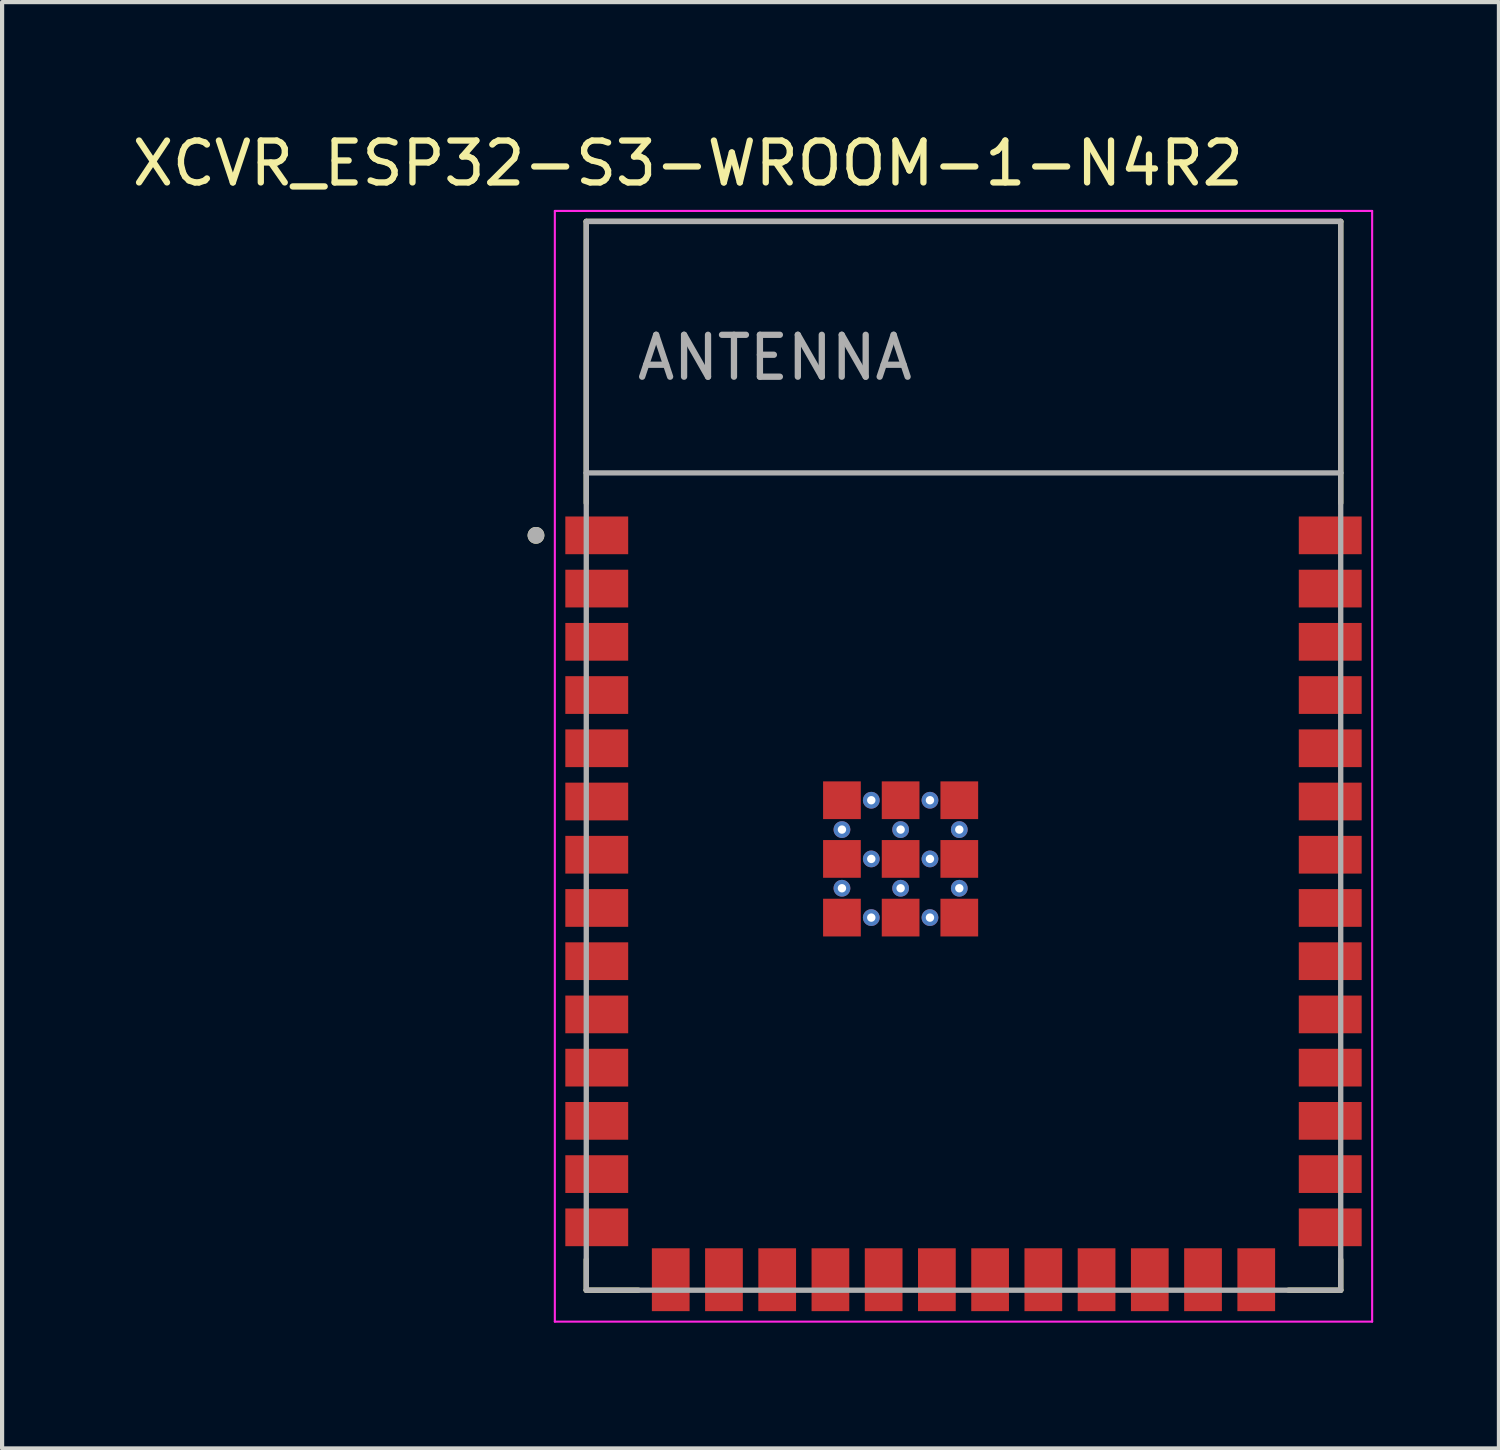
<source format=kicad_pcb>
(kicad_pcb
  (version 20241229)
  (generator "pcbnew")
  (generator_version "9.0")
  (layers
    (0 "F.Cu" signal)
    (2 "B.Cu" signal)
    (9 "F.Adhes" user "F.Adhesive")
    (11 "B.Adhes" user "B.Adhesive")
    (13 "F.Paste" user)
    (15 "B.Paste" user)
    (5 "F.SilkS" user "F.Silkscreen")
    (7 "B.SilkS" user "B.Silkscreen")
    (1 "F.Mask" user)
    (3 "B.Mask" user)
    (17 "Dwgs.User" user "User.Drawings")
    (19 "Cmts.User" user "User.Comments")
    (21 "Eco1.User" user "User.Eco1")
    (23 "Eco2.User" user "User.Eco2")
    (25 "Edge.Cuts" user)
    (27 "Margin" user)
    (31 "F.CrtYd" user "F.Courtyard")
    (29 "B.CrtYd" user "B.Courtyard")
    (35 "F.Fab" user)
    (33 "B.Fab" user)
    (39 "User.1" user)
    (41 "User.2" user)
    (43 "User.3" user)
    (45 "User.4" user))
  (footprint "XCVR_ESP32-S3-WROOM-1-N4R2"
    (layer "F.Cu")
    (at 19.938 14.983)
    (property "Reference" "XCVR_ESP32-S3-WROOM-1-N4R2" (at -6.575 -14.135 0) (layer "F.SilkS") (effects (font (size 1 1) (thickness 0.15))))
    (attr smd)
    (fp_line (start -9 -12.75) (end 9 -12.75) (stroke (width 0.127) (type solid)) (layer "F.SilkS"))
    (fp_line (start -9 -6.03) (end -9 -12.75) (stroke (width 0.127) (type solid)) (layer "F.SilkS"))
    (fp_line (start -9 12.02) (end -9 12.75) (stroke (width 0.127) (type solid)) (layer "F.SilkS"))
    (fp_line (start -9 12.75) (end -7.755 12.75) (stroke (width 0.127) (type solid)) (layer "F.SilkS"))
    (fp_line (start 9 -12.75) (end 9 -6.03) (stroke (width 0.127) (type solid)) (layer "F.SilkS"))
    (fp_line (start 9 12.02) (end 9 12.75) (stroke (width 0.127) (type solid)) (layer "F.SilkS"))
    (fp_line (start 9 12.75) (end 7.755 12.75) (stroke (width 0.127) (type solid)) (layer "F.SilkS"))
    (fp_circle (center -10.2 -5.26) (end -10.1 -5.26) (stroke (width 0.2) (type solid)) (fill no) (layer "F.SilkS"))
    (fp_line (start -9.75 -13) (end 9.75 -13) (stroke (width 0.05) (type solid)) (layer "F.CrtYd"))
    (fp_line (start -9.75 13.5) (end -9.75 -13) (stroke (width 0.05) (type solid)) (layer "F.CrtYd"))
    (fp_line (start -9.75 13.5) (end 9.75 13.5) (stroke (width 0.05) (type solid)) (layer "F.CrtYd"))
    (fp_line (start 9.75 -13) (end 9.75 13.5) (stroke (width 0.05) (type solid)) (layer "F.CrtYd"))
    (fp_line (start -9 -12.75) (end 9 -12.75) (stroke (width 0.127) (type solid)) (layer "F.Fab"))
    (fp_line (start -9 -6.75) (end -9 -12.75) (stroke (width 0.127) (type solid)) (layer "F.Fab"))
    (fp_line (start -9 -6.75) (end 9 -6.75) (stroke (width 0.127) (type solid)) (layer "F.Fab"))
    (fp_line (start -9 12.75) (end -9 -6.75) (stroke (width 0.127) (type solid)) (layer "F.Fab"))
    (fp_line (start 9 -12.75) (end 9 -6.75) (stroke (width 0.127) (type solid)) (layer "F.Fab"))
    (fp_line (start 9 -6.75) (end 9 12.75) (stroke (width 0.127) (type solid)) (layer "F.Fab"))
    (fp_line (start 9 12.75) (end -9 12.75) (stroke (width 0.127) (type solid)) (layer "F.Fab"))
    (fp_circle (center -10.2 -5.26) (end -10.1 -5.26) (stroke (width 0.2) (type solid)) (fill no) (layer "F.Fab"))
    (fp_text user "ANTENNA" (at -4.5 -9.5 0) (layer "F.Fab") (effects (font (size 1 1) (thickness 0.15))))
    (pad "1" smd rect (at -8.75 -5.26) (size 1.5 0.9) (layers "F.Cu" "F.Mask" "F.Paste"))
    (pad "2" smd rect (at -8.75 -3.99) (size 1.5 0.9) (layers "F.Cu" "F.Mask" "F.Paste"))
    (pad "3" smd rect (at -8.75 -2.72) (size 1.5 0.9) (layers "F.Cu" "F.Mask" "F.Paste"))
    (pad "4" smd rect (at -8.75 -1.45) (size 1.5 0.9) (layers "F.Cu" "F.Mask" "F.Paste"))
    (pad "5" smd rect (at -8.75 -0.18) (size 1.5 0.9) (layers "F.Cu" "F.Mask" "F.Paste"))
    (pad "6" smd rect (at -8.75 1.09) (size 1.5 0.9) (layers "F.Cu" "F.Mask" "F.Paste"))
    (pad "7" smd rect (at -8.75 2.36) (size 1.5 0.9) (layers "F.Cu" "F.Mask" "F.Paste"))
    (pad "8" smd rect (at -8.75 3.63) (size 1.5 0.9) (layers "F.Cu" "F.Mask" "F.Paste"))
    (pad "9" smd rect (at -8.75 4.9) (size 1.5 0.9) (layers "F.Cu" "F.Mask" "F.Paste"))
    (pad "10" smd rect (at -8.75 6.17) (size 1.5 0.9) (layers "F.Cu" "F.Mask" "F.Paste"))
    (pad "11" smd rect (at -8.75 7.44) (size 1.5 0.9) (layers "F.Cu" "F.Mask" "F.Paste"))
    (pad "12" smd rect (at -8.75 8.71) (size 1.5 0.9) (layers "F.Cu" "F.Mask" "F.Paste"))
    (pad "13" smd rect (at -8.75 9.98) (size 1.5 0.9) (layers "F.Cu" "F.Mask" "F.Paste"))
    (pad "14" smd rect (at -8.75 11.25) (size 1.5 0.9) (layers "F.Cu" "F.Mask" "F.Paste"))
    (pad "15" smd rect (at -6.985 12.5) (size 0.9 1.5) (layers "F.Cu" "F.Mask" "F.Paste"))
    (pad "16" smd rect (at -5.715 12.5) (size 0.9 1.5) (layers "F.Cu" "F.Mask" "F.Paste"))
    (pad "17" smd rect (at -4.445 12.5) (size 0.9 1.5) (layers "F.Cu" "F.Mask" "F.Paste"))
    (pad "18" smd rect (at -3.175 12.5) (size 0.9 1.5) (layers "F.Cu" "F.Mask" "F.Paste"))
    (pad "19" smd rect (at -1.905 12.5) (size 0.9 1.5) (layers "F.Cu" "F.Mask" "F.Paste"))
    (pad "20" smd rect (at -0.635 12.5) (size 0.9 1.5) (layers "F.Cu" "F.Mask" "F.Paste"))
    (pad "21" smd rect (at 0.635 12.5) (size 0.9 1.5) (layers "F.Cu" "F.Mask" "F.Paste"))
    (pad "22" smd rect (at 1.905 12.5) (size 0.9 1.5) (layers "F.Cu" "F.Mask" "F.Paste"))
    (pad "23" smd rect (at 3.175 12.5) (size 0.9 1.5) (layers "F.Cu" "F.Mask" "F.Paste"))
    (pad "24" smd rect (at 4.445 12.5) (size 0.9 1.5) (layers "F.Cu" "F.Mask" "F.Paste"))
    (pad "25" smd rect (at 5.715 12.5) (size 0.9 1.5) (layers "F.Cu" "F.Mask" "F.Paste"))
    (pad "26" smd rect (at 6.985 12.5) (size 0.9 1.5) (layers "F.Cu" "F.Mask" "F.Paste"))
    (pad "27" smd rect (at 8.75 11.25) (size 1.5 0.9) (layers "F.Cu" "F.Mask" "F.Paste"))
    (pad "28" smd rect (at 8.75 9.98) (size 1.5 0.9) (layers "F.Cu" "F.Mask" "F.Paste"))
    (pad "29" smd rect (at 8.75 8.71) (size 1.5 0.9) (layers "F.Cu" "F.Mask" "F.Paste"))
    (pad "30" smd rect (at 8.75 7.44) (size 1.5 0.9) (layers "F.Cu" "F.Mask" "F.Paste"))
    (pad "31" smd rect (at 8.75 6.17) (size 1.5 0.9) (layers "F.Cu" "F.Mask" "F.Paste"))
    (pad "32" smd rect (at 8.75 4.9) (size 1.5 0.9) (layers "F.Cu" "F.Mask" "F.Paste"))
    (pad "33" smd rect (at 8.75 3.63) (size 1.5 0.9) (layers "F.Cu" "F.Mask" "F.Paste"))
    (pad "34" smd rect (at 8.75 2.36) (size 1.5 0.9) (layers "F.Cu" "F.Mask" "F.Paste"))
    (pad "35" smd rect (at 8.75 1.09) (size 1.5 0.9) (layers "F.Cu" "F.Mask" "F.Paste"))
    (pad "36" smd rect (at 8.75 -0.18) (size 1.5 0.9) (layers "F.Cu" "F.Mask" "F.Paste"))
    (pad "37" smd rect (at 8.75 -1.45) (size 1.5 0.9) (layers "F.Cu" "F.Mask" "F.Paste"))
    (pad "38" smd rect (at 8.75 -2.72) (size 1.5 0.9) (layers "F.Cu" "F.Mask" "F.Paste"))
    (pad "39" smd rect (at 8.75 -3.99) (size 1.5 0.9) (layers "F.Cu" "F.Mask" "F.Paste"))
    (pad "40" smd rect (at 8.75 -5.26) (size 1.5 0.9) (layers "F.Cu" "F.Mask" "F.Paste"))
    (pad "41_1" smd rect (at -1.5 2.46) (size 0.9 0.9) (layers "F.Cu" "F.Mask" "F.Paste"))
    (pad "41_2" smd rect (at -2.9 2.46) (size 0.9 0.9) (layers "F.Cu" "F.Mask" "F.Paste"))
    (pad "41_3" smd rect (at -0.1 2.46) (size 0.9 0.9) (layers "F.Cu" "F.Mask" "F.Paste"))
    (pad "41_4" smd rect (at -2.9 3.86) (size 0.9 0.9) (layers "F.Cu" "F.Mask" "F.Paste"))
    (pad "41_5" smd rect (at -1.5 3.86) (size 0.9 0.9) (layers "F.Cu" "F.Mask" "F.Paste"))
    (pad "41_6" smd rect (at -0.1 3.86) (size 0.9 0.9) (layers "F.Cu" "F.Mask" "F.Paste"))
    (pad "41_7" smd rect (at -2.9 1.06) (size 0.9 0.9) (layers "F.Cu" "F.Mask" "F.Paste"))
    (pad "41_8" smd rect (at -1.5 1.06) (size 0.9 0.9) (layers "F.Cu" "F.Mask" "F.Paste"))
    (pad "41_9" smd rect (at -0.1 1.06) (size 0.9 0.9) (layers "F.Cu" "F.Mask" "F.Paste"))
    (pad "41_10" thru_hole circle (at -1.5 1.76) (size 0.4 0.4) (drill 0.2) (layers "*.Cu"))
    (pad "41_11" thru_hole circle (at -2.9 1.76) (size 0.4 0.4) (drill 0.2) (layers "*.Cu"))
    (pad "41_12" thru_hole circle (at -0.1 1.76) (size 0.4 0.4) (drill 0.2) (layers "*.Cu"))
    (pad "41_13" thru_hole circle (at -2.9 3.16) (size 0.4 0.4) (drill 0.2) (layers "*.Cu"))
    (pad "41_14" thru_hole circle (at -1.5 3.16) (size 0.4 0.4) (drill 0.2) (layers "*.Cu"))
    (pad "41_15" thru_hole circle (at -0.1 3.16) (size 0.4 0.4) (drill 0.2) (layers "*.Cu"))
    (pad "41_16" thru_hole circle (at -2.2 1.06) (size 0.4 0.4) (drill 0.2) (layers "*.Cu"))
    (pad "41_17" thru_hole circle (at -0.8 1.06) (size 0.4 0.4) (drill 0.2) (layers "*.Cu"))
    (pad "41_18" thru_hole circle (at -2.2 2.46) (size 0.4 0.4) (drill 0.2) (layers "*.Cu"))
    (pad "41_19" thru_hole circle (at -0.8 2.46) (size 0.4 0.4) (drill 0.2) (layers "*.Cu"))
    (pad "41_20" thru_hole circle (at -2.2 3.86) (size 0.4 0.4) (drill 0.2) (layers "*.Cu"))
    (pad "41_21" thru_hole circle (at -0.8 3.86) (size 0.4 0.4) (drill 0.2) (layers "*.Cu"))
    (zone (net_name "") (layer "F.Cu") (hatch full 0.508) (connect_pads) (min_thickness 0.01) (filled_areas_thickness no) (keepout (tracks not_allowed) (vias not_allowed) (pads not_allowed) (copperpour not_allowed) (footprints allowed)) (placement (enabled no)) (fill) (polygon (pts (xy 10.938 2.233) (xy 28.938 2.233) (xy 28.938 8.233) (xy 10.938 8.233))))
    (zone (net_name "") (layers "F.Cu" "B.Cu") (hatch full 0.508) (connect_pads) (min_thickness 0.01) (filled_areas_thickness no) (keepout (tracks allowed) (vias not_allowed) (pads allowed) (copperpour allowed) (footprints allowed)) (placement (enabled no)) (fill) (polygon (pts (xy 10.938 2.233) (xy 28.938 2.233) (xy 28.938 8.233) (xy 10.938 8.233))))
    (zone (net_name "") (layer "B.Cu") (hatch full 0.508) (connect_pads) (min_thickness 0.01) (filled_areas_thickness no) (keepout (tracks not_allowed) (vias not_allowed) (pads not_allowed) (copperpour not_allowed) (footprints allowed)) (placement (enabled no)) (fill) (polygon (pts (xy 10.938 2.233) (xy 28.938 2.233) (xy 28.938 8.233) (xy 10.938 8.233)))))
  (gr_rect
    (start -3 -3)
    (end 32.713 31.508)
    (stroke (width 0.1) (type default))
    (fill no)
    (layer "Edge.Cuts")))
</source>
